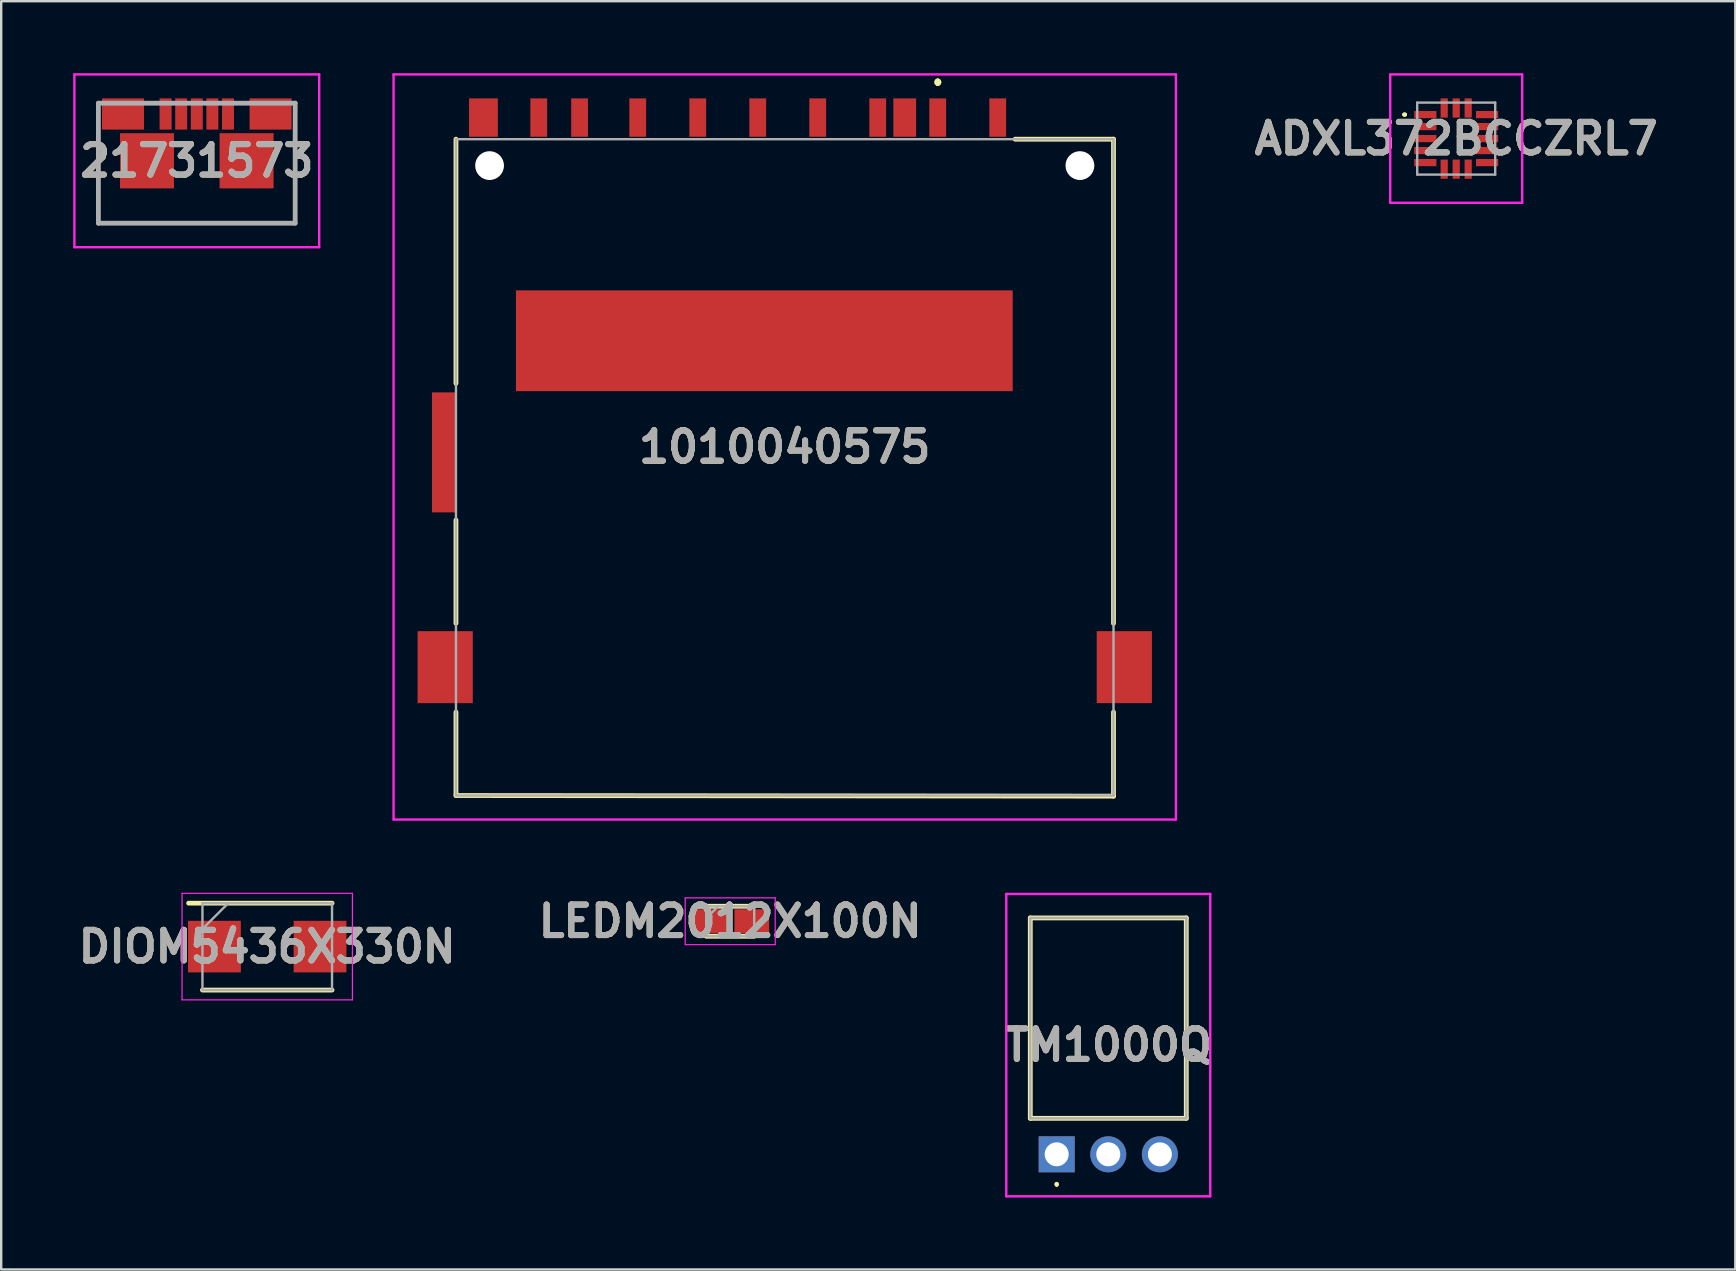
<source format=kicad_pcb>
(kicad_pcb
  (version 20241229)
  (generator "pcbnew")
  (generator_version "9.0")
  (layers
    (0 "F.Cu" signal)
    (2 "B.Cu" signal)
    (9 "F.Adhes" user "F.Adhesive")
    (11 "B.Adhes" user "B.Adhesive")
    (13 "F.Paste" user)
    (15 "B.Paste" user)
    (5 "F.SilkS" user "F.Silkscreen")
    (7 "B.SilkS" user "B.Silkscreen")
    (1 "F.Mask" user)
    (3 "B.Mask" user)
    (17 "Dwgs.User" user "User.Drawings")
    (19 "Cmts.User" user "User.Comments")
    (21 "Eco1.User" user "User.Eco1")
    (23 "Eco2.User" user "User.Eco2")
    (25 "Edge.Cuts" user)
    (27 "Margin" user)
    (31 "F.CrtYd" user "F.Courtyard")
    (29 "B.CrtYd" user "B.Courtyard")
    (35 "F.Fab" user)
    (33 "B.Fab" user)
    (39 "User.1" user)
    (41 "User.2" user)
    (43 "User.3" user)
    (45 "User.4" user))
  (footprint "ADXL372BCCZRL7"
    (layer "F.Cu")
    (at 57.63 2.725)
    (property "Reference" "ADXL372BCCZRL7" (at 0 0 0) (layer "F.SilkS") (effects (font (size 1.27 1.27) (thickness 0.254))))
    (attr smd)
    (fp_line (start -2.2 -1) (end -2.2 -1) (stroke (width 0.1) (type solid)) (layer "F.SilkS"))
    (fp_line (start -2.1 -1) (end -2.1 -1) (stroke (width 0.1) (type solid)) (layer "F.SilkS"))
    (fp_arc (start -2.2 -1) (mid -2.15 -1.05) (end -2.1 -1) (stroke (width 0.1) (type solid)) (layer "F.SilkS"))
    (fp_arc (start -2.1 -1) (mid -2.15 -0.95) (end -2.2 -1) (stroke (width 0.1) (type solid)) (layer "F.SilkS"))
    (fp_line (start -2.749 -2.675) (end 2.75 -2.675) (stroke (width 0.1) (type solid)) (layer "F.CrtYd"))
    (fp_line (start -2.749 2.675) (end -2.749 -2.675) (stroke (width 0.1) (type solid)) (layer "F.CrtYd"))
    (fp_line (start 2.75 -2.675) (end 2.75 2.675) (stroke (width 0.1) (type solid)) (layer "F.CrtYd"))
    (fp_line (start 2.75 2.675) (end -2.749 2.675) (stroke (width 0.1) (type solid)) (layer "F.CrtYd"))
    (fp_line (start -1.625 -1.5) (end -1.625 1.5) (stroke (width 0.1) (type solid)) (layer "F.Fab"))
    (fp_line (start -1.625 1.5) (end 1.625 1.5) (stroke (width 0.1) (type solid)) (layer "F.Fab"))
    (fp_line (start 1.625 -1.5) (end -1.625 -1.5) (stroke (width 0.1) (type solid)) (layer "F.Fab"))
    (fp_line (start 1.625 1.5) (end 1.625 -1.5) (stroke (width 0.1) (type solid)) (layer "F.Fab"))
    (fp_text user "${REFERENCE}" (at 0 0 0) (layer "F.Fab") (effects (font (size 1.27 1.27) (thickness 0.254))))
    (pad "1" smd rect (at -1.287 -1 90) (size 0.3 0.925) (layers "F.Cu" "F.Mask" "F.Paste"))
    (pad "2" smd rect (at -1.287 -0.5 90) (size 0.3 0.925) (layers "F.Cu" "F.Mask" "F.Paste"))
    (pad "3" smd rect (at -1.287 0 90) (size 0.3 0.925) (layers "F.Cu" "F.Mask" "F.Paste"))
    (pad "4" smd rect (at -1.287 0.5 90) (size 0.3 0.925) (layers "F.Cu" "F.Mask" "F.Paste"))
    (pad "5" smd rect (at -1.287 1 90) (size 0.3 0.925) (layers "F.Cu" "F.Mask" "F.Paste"))
    (pad "6" smd rect (at -0.5 1.275) (size 0.3 0.8) (layers "F.Cu" "F.Mask" "F.Paste"))
    (pad "7" smd rect (at 0 1.275) (size 0.3 0.8) (layers "F.Cu" "F.Mask" "F.Paste"))
    (pad "8" smd rect (at 0.5 1.275) (size 0.3 0.8) (layers "F.Cu" "F.Mask" "F.Paste"))
    (pad "9" smd rect (at 1.287 1 90) (size 0.3 0.925) (layers "F.Cu" "F.Mask" "F.Paste"))
    (pad "10" smd rect (at 1.287 0.5 90) (size 0.3 0.925) (layers "F.Cu" "F.Mask" "F.Paste"))
    (pad "11" smd rect (at 1.287 0 90) (size 0.3 0.925) (layers "F.Cu" "F.Mask" "F.Paste"))
    (pad "12" smd rect (at 1.287 -0.5 90) (size 0.3 0.925) (layers "F.Cu" "F.Mask" "F.Paste"))
    (pad "13" smd rect (at 1.287 -1 90) (size 0.3 0.925) (layers "F.Cu" "F.Mask" "F.Paste"))
    (pad "14" smd rect (at 0.5 -1.275) (size 0.3 0.8) (layers "F.Cu" "F.Mask" "F.Paste"))
    (pad "15" smd rect (at 0 -1.275) (size 0.3 0.8) (layers "F.Cu" "F.Mask" "F.Paste"))
    (pad "16" smd rect (at -0.5 -1.275) (size 0.3 0.8) (layers "F.Cu" "F.Mask" "F.Paste")))
  (footprint "1010040575"
    (layer "F.Cu")
    (at 29.65 16.425)
    (property "Reference" "1010040575" (at 0 -0.85 0) (layer "F.SilkS") (effects (font (size 1.27 1.27) (thickness 0.254))))
    (attr through_hole)
    (fp_line (start -13.7 -13.675) (end -13.7 -3.5) (stroke (width 0.2) (type solid)) (layer "F.SilkS"))
    (fp_line (start -13.7 2.2) (end -13.7 6.5) (stroke (width 0.2) (type solid)) (layer "F.SilkS"))
    (fp_line (start -13.7 10.2) (end -13.7 13.675) (stroke (width 0.2) (type solid)) (layer "F.SilkS"))
    (fp_line (start -13.7 13.675) (end 13.7 13.7) (stroke (width 0.2) (type solid)) (layer "F.SilkS"))
    (fp_line (start 6.375 -16.1) (end 6.375 -16.1) (stroke (width 0.2) (type solid)) (layer "F.SilkS"))
    (fp_line (start 6.375 -16) (end 6.375 -16) (stroke (width 0.2) (type solid)) (layer "F.SilkS"))
    (fp_line (start 6.375 -16) (end 6.375 -16) (stroke (width 0.2) (type solid)) (layer "F.SilkS"))
    (fp_line (start 13.7 -13.675) (end 9.6 -13.675) (stroke (width 0.2) (type solid)) (layer "F.SilkS"))
    (fp_line (start 13.7 6.5) (end 13.7 -13.675) (stroke (width 0.2) (type solid)) (layer "F.SilkS"))
    (fp_line (start 13.7 13.7) (end 13.7 10.2) (stroke (width 0.2) (type solid)) (layer "F.SilkS"))
    (fp_arc (start 6.375 -16.1) (mid 6.425 -16.05) (end 6.375 -16) (stroke (width 0.2) (type solid)) (layer "F.SilkS"))
    (fp_arc (start 6.375 -16.1) (mid 6.425 -16.05) (end 6.375 -16) (stroke (width 0.2) (type solid)) (layer "F.SilkS"))
    (fp_arc (start 6.375 -16) (mid 6.325 -16.05) (end 6.375 -16.1) (stroke (width 0.2) (type solid)) (layer "F.SilkS"))
    (fp_line (start -16.3 -16.375) (end 16.3 -16.375) (stroke (width 0.1) (type solid)) (layer "F.CrtYd"))
    (fp_line (start -16.3 14.675) (end -16.3 -16.375) (stroke (width 0.1) (type solid)) (layer "F.CrtYd"))
    (fp_line (start 16.3 -16.375) (end 16.3 14.675) (stroke (width 0.1) (type solid)) (layer "F.CrtYd"))
    (fp_line (start 16.3 14.675) (end -16.3 14.675) (stroke (width 0.1) (type solid)) (layer "F.CrtYd"))
    (fp_line (start -13.7 -13.675) (end -13.7 13.675) (stroke (width 0.1) (type solid)) (layer "F.Fab"))
    (fp_line (start -13.7 13.675) (end 13.7 13.675) (stroke (width 0.1) (type solid)) (layer "F.Fab"))
    (fp_line (start 13.7 -13.675) (end -13.7 -13.675) (stroke (width 0.1) (type solid)) (layer "F.Fab"))
    (fp_line (start 13.7 13.675) (end 13.7 -13.675) (stroke (width 0.1) (type solid)) (layer "F.Fab"))
    (fp_text user "${REFERENCE}" (at 0 -0.85 0) (layer "F.Fab") (effects (font (size 1.27 1.27) (thickness 0.254))))
    (pad "" np_thru_hole circle (at -12.3 -12.575) (size 1.2 1.2) (drill 1.2) (layers "*.Cu" "*.Mask"))
    (pad "" np_thru_hole circle (at 12.3 -12.575) (size 1.2 1.2) (drill 1.2) (layers "*.Cu" "*.Mask"))
    (pad "CD1" smd rect (at 5 -14.575) (size 0.95 1.6) (layers "F.Cu" "F.Mask" "F.Paste"))
    (pad "CD2" smd rect (at 14.15 8.325) (size 2.3 3) (layers "F.Cu" "F.Mask" "F.Paste"))
    (pad "G1" smd rect (at -14.15 8.325) (size 2.3 3) (layers "F.Cu" "F.Mask" "F.Paste"))
    (pad "MP1" smd rect (at -14.2 -0.625) (size 1 5) (layers "F.Cu" "F.Mask" "F.Paste"))
    (pad "MP2" smd rect (at -0.85 -5.275 90) (size 4.2 20.7) (layers "F.Cu" "F.Mask" "F.Paste"))
    (pad "P1" smd rect (at 6.375 -14.575) (size 0.7 1.6) (layers "F.Cu" "F.Mask" "F.Paste"))
    (pad "P2" smd rect (at 3.875 -14.575) (size 0.7 1.6) (layers "F.Cu" "F.Mask" "F.Paste"))
    (pad "P3" smd rect (at 1.375 -14.575) (size 0.7 1.6) (layers "F.Cu" "F.Mask" "F.Paste"))
    (pad "P4" smd rect (at -1.125 -14.575) (size 0.7 1.6) (layers "F.Cu" "F.Mask" "F.Paste"))
    (pad "P5" smd rect (at -3.625 -14.575) (size 0.7 1.6) (layers "F.Cu" "F.Mask" "F.Paste"))
    (pad "P6" smd rect (at -6.125 -14.575) (size 0.7 1.6) (layers "F.Cu" "F.Mask" "F.Paste"))
    (pad "P7" smd rect (at -8.55 -14.575) (size 0.7 1.6) (layers "F.Cu" "F.Mask" "F.Paste"))
    (pad "P8" smd rect (at -10.25 -14.575) (size 0.7 1.6) (layers "F.Cu" "F.Mask" "F.Paste"))
    (pad "P9" smd rect (at 8.875 -14.575) (size 0.7 1.6) (layers "F.Cu" "F.Mask" "F.Paste"))
    (pad "WP1" smd rect (at -12.555 -14.575) (size 1.2 1.6) (layers "F.Cu" "F.Mask" "F.Paste")))
  (footprint "21731573"
    (layer "F.Cu")
    (at 5.15 3.75)
    (property "Reference" "21731573" (at 0 -0.1 0) (layer "F.SilkS") (effects (font (size 1.27 1.27) (thickness 0.254))))
    (attr smd)
    (fp_line (start -4.1 -2.5) (end -4.1 -2.5) (stroke (width 0.1) (type solid)) (layer "F.SilkS"))
    (fp_line (start -4.1 -2.5) (end -4.1 2.5) (stroke (width 0.1) (type solid)) (layer "F.SilkS"))
    (fp_line (start -4.1 2.5) (end 4.1 2.5) (stroke (width 0.1) (type solid)) (layer "F.SilkS"))
    (fp_line (start 4.1 -2.5) (end 4.1 -2.5) (stroke (width 0.1) (type solid)) (layer "F.SilkS"))
    (fp_line (start 4.1 2.5) (end 4.1 -2.5) (stroke (width 0.1) (type solid)) (layer "F.SilkS"))
    (fp_line (start -5.1 -3.7) (end 5.1 -3.7) (stroke (width 0.1) (type solid)) (layer "F.CrtYd"))
    (fp_line (start -5.1 3.5) (end -5.1 -3.7) (stroke (width 0.1) (type solid)) (layer "F.CrtYd"))
    (fp_line (start 5.1 -3.7) (end 5.1 3.5) (stroke (width 0.1) (type solid)) (layer "F.CrtYd"))
    (fp_line (start 5.1 3.5) (end -5.1 3.5) (stroke (width 0.1) (type solid)) (layer "F.CrtYd"))
    (fp_line (start -4.1 -2.5) (end -4.1 2.5) (stroke (width 0.2) (type solid)) (layer "F.Fab"))
    (fp_line (start -4.1 2.5) (end 4.1 2.5) (stroke (width 0.2) (type solid)) (layer "F.Fab"))
    (fp_line (start 4.1 -2.5) (end -4.1 -2.5) (stroke (width 0.2) (type solid)) (layer "F.Fab"))
    (fp_line (start 4.1 2.5) (end 4.1 -2.5) (stroke (width 0.2) (type solid)) (layer "F.Fab"))
    (fp_text user "${REFERENCE}" (at 0 -0.1 0) (layer "F.Fab") (effects (font (size 1.27 1.27) (thickness 0.254))))
    (pad "1" smd rect (at 1.3 -2.05) (size 0.5 1.3) (layers "F.Cu" "F.Mask" "F.Paste"))
    (pad "2" smd rect (at 0.65 -2.05) (size 0.5 1.3) (layers "F.Cu" "F.Mask" "F.Paste"))
    (pad "3" smd rect (at 0 -2.05) (size 0.5 1.3) (layers "F.Cu" "F.Mask" "F.Paste"))
    (pad "4" smd rect (at -0.65 -2.05) (size 0.5 1.3) (layers "F.Cu" "F.Mask" "F.Paste"))
    (pad "5" smd rect (at -1.3 -2.05) (size 0.5 1.3) (layers "F.Cu" "F.Mask" "F.Paste"))
    (pad "MP1" smd rect (at -3.075 -2.05 90) (size 1.3 1.75) (layers "F.Cu" "F.Mask" "F.Paste"))
    (pad "MP2" smd rect (at 3.075 -2.05 90) (size 1.3 1.75) (layers "F.Cu" "F.Mask" "F.Paste"))
    (pad "MP3" smd rect (at -2.075 -0.1) (size 2.25 2.3) (layers "F.Cu" "F.Mask" "F.Paste"))
    (pad "MP4" smd rect (at 2.075 -0.1) (size 2.25 2.3) (layers "F.Cu" "F.Mask" "F.Paste")))
  (footprint "DIOM5436X330N"
    (layer "F.Cu")
    (at 8.086 36.395)
    (property "Reference" "DIOM5436X330N" (at 0 0 0) (layer "F.SilkS") (effects (font (size 1.27 1.27) (thickness 0.254))))
    (attr smd)
    (fp_line (start -2.7 1.81) (end 2.7 1.81) (stroke (width 0.2) (type solid)) (layer "F.SilkS"))
    (fp_line (start 2.7 -1.81) (end -3.275 -1.81) (stroke (width 0.2) (type solid)) (layer "F.SilkS"))
    (fp_line (start -3.55 -2.22) (end 3.55 -2.22) (stroke (width 0.05) (type solid)) (layer "F.CrtYd"))
    (fp_line (start -3.55 2.22) (end -3.55 -2.22) (stroke (width 0.05) (type solid)) (layer "F.CrtYd"))
    (fp_line (start 3.55 -2.22) (end 3.55 2.22) (stroke (width 0.05) (type solid)) (layer "F.CrtYd"))
    (fp_line (start 3.55 2.22) (end -3.55 2.22) (stroke (width 0.05) (type solid)) (layer "F.CrtYd"))
    (fp_line (start -2.7 -1.81) (end 2.7 -1.81) (stroke (width 0.1) (type solid)) (layer "F.Fab"))
    (fp_line (start -2.7 -0.735) (end -1.625 -1.81) (stroke (width 0.1) (type solid)) (layer "F.Fab"))
    (fp_line (start -2.7 1.81) (end -2.7 -1.81) (stroke (width 0.1) (type solid)) (layer "F.Fab"))
    (fp_line (start 2.7 -1.81) (end 2.7 1.81) (stroke (width 0.1) (type solid)) (layer "F.Fab"))
    (fp_line (start 2.7 1.81) (end -2.7 1.81) (stroke (width 0.1) (type solid)) (layer "F.Fab"))
    (fp_text user "${REFERENCE}" (at 0 0 0) (layer "F.Fab") (effects (font (size 1.27 1.27) (thickness 0.254))))
    (pad "1" smd rect (at -2.2 0 90) (size 2.15 2.2) (layers "F.Cu" "F.Mask" "F.Paste"))
    (pad "2" smd rect (at 2.2 0 90) (size 2.15 2.2) (layers "F.Cu" "F.Mask" "F.Paste")))
  (footprint "LEDM2012X100N"
    (layer "F.Cu")
    (at 27.378 35.339)
    (property "Reference" "LEDM2012X100N" (at 0 0 0) (layer "F.SilkS") (effects (font (size 1.27 1.27) (thickness 0.254))))
    (attr smd)
    (fp_line (start -1 0.625) (end 1 0.625) (stroke (width 0.2) (type solid)) (layer "F.SilkS"))
    (fp_line (start 1 -0.625) (end -1.4 -0.625) (stroke (width 0.2) (type solid)) (layer "F.SilkS"))
    (fp_line (start -1.875 -0.975) (end 1.875 -0.975) (stroke (width 0.05) (type solid)) (layer "F.CrtYd"))
    (fp_line (start -1.875 0.975) (end -1.875 -0.975) (stroke (width 0.05) (type solid)) (layer "F.CrtYd"))
    (fp_line (start 1.875 -0.975) (end 1.875 0.975) (stroke (width 0.05) (type solid)) (layer "F.CrtYd"))
    (fp_line (start 1.875 0.975) (end -1.875 0.975) (stroke (width 0.05) (type solid)) (layer "F.CrtYd"))
    (fp_line (start -1 -0.625) (end 1 -0.625) (stroke (width 0.1) (type solid)) (layer "F.Fab"))
    (fp_line (start -1 -0.125) (end -0.5 -0.625) (stroke (width 0.1) (type solid)) (layer "F.Fab"))
    (fp_line (start -1 0.625) (end -1 -0.625) (stroke (width 0.1) (type solid)) (layer "F.Fab"))
    (fp_line (start 1 -0.625) (end 1 0.625) (stroke (width 0.1) (type solid)) (layer "F.Fab"))
    (fp_line (start 1 0.625) (end -1 0.625) (stroke (width 0.1) (type solid)) (layer "F.Fab"))
    (fp_text user "${REFERENCE}" (at 0 0 0) (layer "F.Fab") (effects (font (size 1.27 1.27) (thickness 0.254))))
    (pad "1" smd rect (at -0.9 0 90) (size 1 1.45) (layers "F.Cu" "F.Mask" "F.Paste"))
    (pad "2" smd rect (at 0.9 0 90) (size 1 1.45) (layers "F.Cu" "F.Mask" "F.Paste")))
  (footprint "TM1000Q"
    (layer "F.Cu")
    (at 40.982 45.05)
    (property "Reference" "TM1000Q" (at 2.15 -4.55 0) (layer "F.SilkS") (effects (font (size 1.27 1.27) (thickness 0.254))))
    (attr through_hole)
    (fp_line (start -1.1 -9.85) (end -1.1 -1.5) (stroke (width 0.2) (type solid)) (layer "F.SilkS"))
    (fp_line (start -1.1 -1.5) (end 5.4 -1.5) (stroke (width 0.2) (type solid)) (layer "F.SilkS"))
    (fp_line (start 0 1.2) (end 0 1.2) (stroke (width 0.1) (type solid)) (layer "F.SilkS"))
    (fp_line (start 0 1.3) (end 0 1.3) (stroke (width 0.1) (type solid)) (layer "F.SilkS"))
    (fp_line (start 5.4 -9.85) (end -1.1 -9.85) (stroke (width 0.2) (type solid)) (layer "F.SilkS"))
    (fp_line (start 5.4 -1.5) (end 5.4 -9.85) (stroke (width 0.2) (type solid)) (layer "F.SilkS"))
    (fp_arc (start 0 1.2) (mid 0.05 1.25) (end 0 1.3) (stroke (width 0.1) (type solid)) (layer "F.SilkS"))
    (fp_arc (start 0 1.3) (mid -0.05 1.25) (end 0 1.2) (stroke (width 0.1) (type solid)) (layer "F.SilkS"))
    (fp_line (start -2.1 -10.85) (end -2.1 1.75) (stroke (width 0.1) (type solid)) (layer "F.CrtYd"))
    (fp_line (start -2.1 1.75) (end 6.4 1.75) (stroke (width 0.1) (type solid)) (layer "F.CrtYd"))
    (fp_line (start 6.4 -10.85) (end -2.1 -10.85) (stroke (width 0.1) (type solid)) (layer "F.CrtYd"))
    (fp_line (start 6.4 1.75) (end 6.4 -10.85) (stroke (width 0.1) (type solid)) (layer "F.CrtYd"))
    (fp_line (start -1.1 -9.85) (end 5.4 -9.85) (stroke (width 0.1) (type solid)) (layer "F.Fab"))
    (fp_line (start -1.1 -1.5) (end -1.1 -9.85) (stroke (width 0.1) (type solid)) (layer "F.Fab"))
    (fp_line (start 5.4 -9.85) (end 5.4 -1.5) (stroke (width 0.1) (type solid)) (layer "F.Fab"))
    (fp_line (start 5.4 -1.5) (end -1.1 -1.5) (stroke (width 0.1) (type solid)) (layer "F.Fab"))
    (fp_text user "${REFERENCE}" (at 2.15 -4.55 0) (layer "F.Fab") (effects (font (size 1.27 1.27) (thickness 0.254))))
    (pad "1" thru_hole rect (at 0 0) (size 1.5 1.5) (drill 1) (layers "*.Cu" "*.Mask"))
    (pad "2" thru_hole circle (at 2.15 0) (size 1.5 1.5) (drill 1) (layers "*.Cu" "*.Mask"))
    (pad "3" thru_hole circle (at 4.3 0) (size 1.5 1.5) (drill 1) (layers "*.Cu" "*.Mask")))
  (gr_rect
    (start -3 -3)
    (end 69.26 49.85)
    (stroke (width 0.1) (type default))
    (fill no)
    (layer "Edge.Cuts")))
</source>
